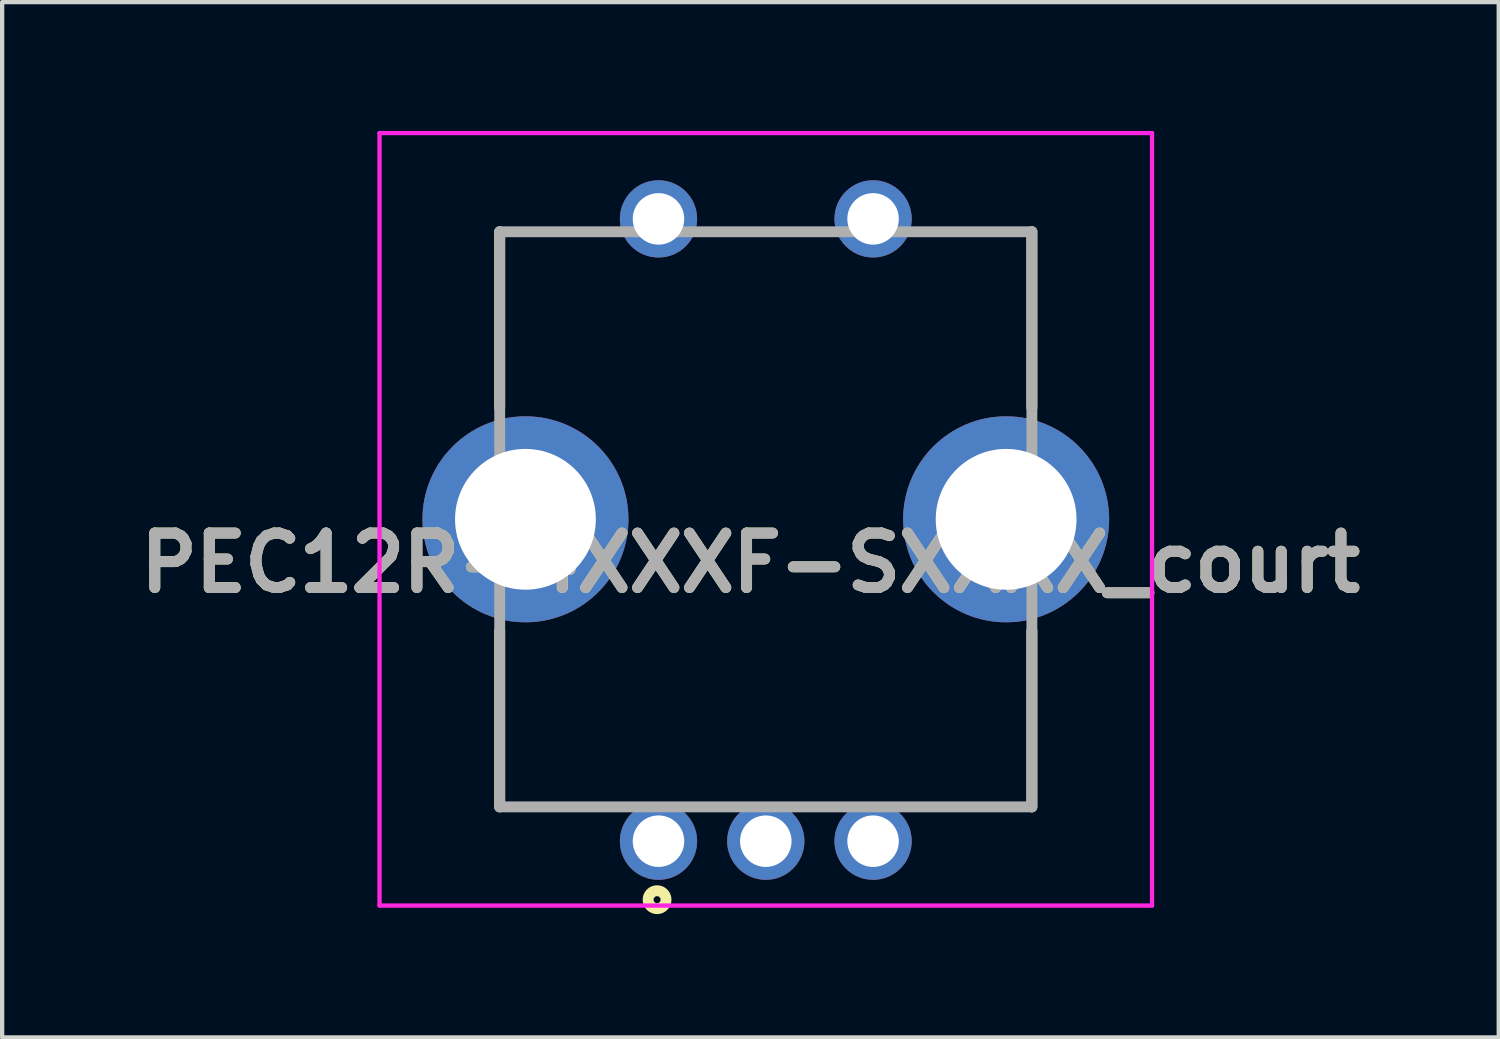
<source format=kicad_pcb>
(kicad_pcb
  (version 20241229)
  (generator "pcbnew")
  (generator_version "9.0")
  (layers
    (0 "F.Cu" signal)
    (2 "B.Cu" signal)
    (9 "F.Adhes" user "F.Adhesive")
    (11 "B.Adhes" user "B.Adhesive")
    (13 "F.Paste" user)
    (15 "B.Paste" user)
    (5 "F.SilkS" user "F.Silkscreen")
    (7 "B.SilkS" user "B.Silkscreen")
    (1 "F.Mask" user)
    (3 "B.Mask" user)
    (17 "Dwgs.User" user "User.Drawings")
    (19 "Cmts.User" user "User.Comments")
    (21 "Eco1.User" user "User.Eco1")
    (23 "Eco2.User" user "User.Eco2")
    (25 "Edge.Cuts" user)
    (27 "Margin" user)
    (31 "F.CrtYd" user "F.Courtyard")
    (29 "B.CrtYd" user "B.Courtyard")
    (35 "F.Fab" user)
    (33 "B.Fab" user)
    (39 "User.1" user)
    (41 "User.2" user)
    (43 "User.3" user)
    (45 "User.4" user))
  (footprint "PEC12R-4XXXF-SXXXX_court"
    (layer "F.Cu")
    (at 14.793 9.05)
    (property "Reference" "PEC12R-4XXXF-SXXXX_court" (at -0.357 1.016 0) (layer "F.SilkS") (effects (font (size 1.27 1.27) (thickness 0.254))))
    (attr through_hole)
    (fp_line (start -6.2 -6.7) (end -6.2 -2.6) (stroke (width 0.254) (type solid)) (layer "F.SilkS"))
    (fp_line (start -6.2 6.7) (end -6.2 2.6) (stroke (width 0.254) (type solid)) (layer "F.SilkS"))
    (fp_line (start 6.2 -6.7) (end 6.2 -2.6) (stroke (width 0.254) (type solid)) (layer "F.SilkS"))
    (fp_line (start 6.2 6.7) (end 6.2 2.6) (stroke (width 0.254) (type solid)) (layer "F.SilkS"))
    (fp_circle (center -2.533 8.863) (end -2.533 8.945) (stroke (width 0.254) (type solid)) (fill no) (layer "F.SilkS"))
    (fp_line (start -9 -9) (end 9 -9) (stroke (width 0.1) (type solid)) (layer "F.CrtYd"))
    (fp_line (start -9 9) (end -9 -9) (stroke (width 0.1) (type solid)) (layer "F.CrtYd"))
    (fp_line (start 9 -9) (end 9 9) (stroke (width 0.1) (type solid)) (layer "F.CrtYd"))
    (fp_line (start 9 9) (end -9 9) (stroke (width 0.1) (type solid)) (layer "F.CrtYd"))
    (fp_line (start -6.2 -6.7) (end 6.2 -6.7) (stroke (width 0.254) (type solid)) (layer "F.Fab"))
    (fp_line (start -6.2 6.7) (end -6.2 -6.7) (stroke (width 0.254) (type solid)) (layer "F.Fab"))
    (fp_line (start 6.2 -6.7) (end 6.2 6.7) (stroke (width 0.254) (type solid)) (layer "F.Fab"))
    (fp_line (start 6.2 6.7) (end -6.2 6.7) (stroke (width 0.254) (type solid)) (layer "F.Fab"))
    (fp_text user "${REFERENCE}" (at -0.357 1.016 0) (layer "F.Fab") (effects (font (size 1.27 1.27) (thickness 0.254))))
    (pad "1" thru_hole circle (at -2.5 7.5) (size 1.8 1.8) (drill 1.2) (layers "*.Cu" "*.Mask"))
    (pad "2" thru_hole circle (at 2.5 7.5) (size 1.8 1.8) (drill 1.2) (layers "*.Cu" "*.Mask"))
    (pad "3" thru_hole circle (at 0 7.5) (size 1.8 1.8) (drill 1.2) (layers "*.Cu" "*.Mask"))
    (pad "4" thru_hole circle (at -2.5 -7) (size 1.8 1.8) (drill 1.2) (layers "*.Cu" "*.Mask"))
    (pad "5" thru_hole circle (at 2.5 -7) (size 1.8 1.8) (drill 1.2) (layers "*.Cu" "*.Mask"))
    (pad "6" thru_hole circle (at 5.6 0) (size 4.8 4.8) (drill 3.28) (layers "*.Cu" "*.Mask"))
    (pad "7" thru_hole circle (at -5.6 0) (size 4.8 4.8) (drill 3.28) (layers "*.Cu" "*.Mask")))
  (gr_rect
    (start -3 -3)
    (end 31.871 21.122)
    (stroke (width 0.1) (type default))
    (fill no)
    (layer "Edge.Cuts")))
</source>
